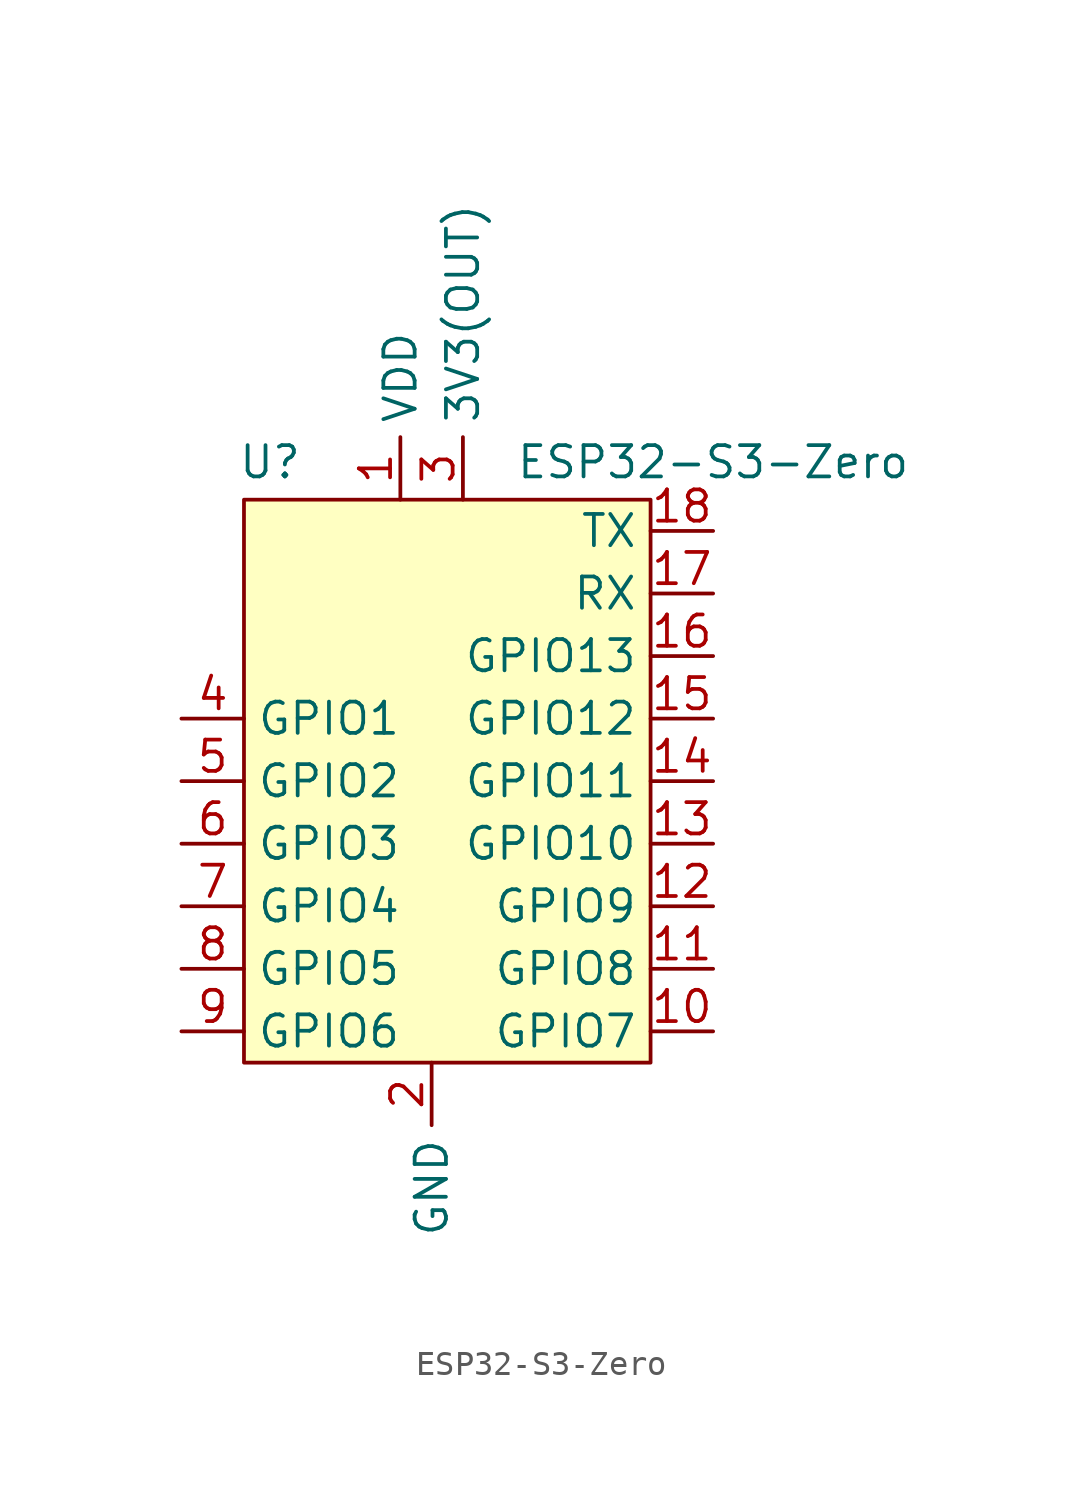
<source format=kicad_sym>
(kicad_symbol_lib
  (version 20231120)
  (generator "kicad_symbol_editor")
  (generator_version "8.0")
  (symbol "ESP32-S3-Zero"
    (property "Reference" "U"
      (at -7.874 12.954 0)
      (effects (font (size 1.27 1.27)) (justify left)))
    (property "Value" "ESP32-S3-Zero"
      (at 11.43 12.954 0)
      (effects (font (size 1.27 1.27))))
    (symbol "ESP32-S3-Zero_1_1"
      (rectangle (start -7.62 11.43) (end 8.89 -11.43) (stroke (width 0) (type default)) (fill (type background)))
      (pin power_in line (at -1.27 11.43 90) (length 2.54) (name "VDD" (effects (font (size 1.27 1.27)))) (number "1" (effects (font (size 1.27 1.27)))))
      (pin bidirectional line (at 11.43 -10.16 180) (length 2.54) (name "GPIO7" (effects (font (size 1.27 1.27)))) (number "10" (effects (font (size 1.27 1.27)))))
      (pin bidirectional line (at 11.43 -7.62 180) (length 2.54) (name "GPIO8" (effects (font (size 1.27 1.27)))) (number "11" (effects (font (size 1.27 1.27)))))
      (pin bidirectional line (at 11.43 -5.08 180) (length 2.54) (name "GPIO9" (effects (font (size 1.27 1.27)))) (number "12" (effects (font (size 1.27 1.27)))))
      (pin bidirectional line (at 11.43 -2.54 180) (length 2.54) (name "GPIO10" (effects (font (size 1.27 1.27)))) (number "13" (effects (font (size 1.27 1.27)))))
      (pin bidirectional line (at 11.43 0 180) (length 2.54) (name "GPIO11" (effects (font (size 1.27 1.27)))) (number "14" (effects (font (size 1.27 1.27)))))
      (pin bidirectional line (at 11.43 2.54 180) (length 2.54) (name "GPIO12" (effects (font (size 1.27 1.27)))) (number "15" (effects (font (size 1.27 1.27)))))
      (pin bidirectional line (at 11.43 5.08 180) (length 2.54) (name "GPIO13" (effects (font (size 1.27 1.27)))) (number "16" (effects (font (size 1.27 1.27)))))
      (pin input line (at 11.43 7.62 180) (length 2.54) (name "RX" (effects (font (size 1.27 1.27)))) (number "17" (effects (font (size 1.27 1.27)))))
      (pin output line (at 11.43 10.16 180) (length 2.54) (name "TX" (effects (font (size 1.27 1.27)))) (number "18" (effects (font (size 1.27 1.27)))))
      (pin power_in line (at 0 -11.43 270) (length 2.54) (name "GND" (effects (font (size 1.27 1.27)))) (number "2" (effects (font (size 1.27 1.27)))))
      (pin power_out line (at 1.27 11.43 90) (length 2.54) (name "3V3(OUT)" (effects (font (size 1.27 1.27)))) (number "3" (effects (font (size 1.27 1.27)))))
      (pin bidirectional line (at -10.16 2.54 0) (length 2.54) (name "GPIO1" (effects (font (size 1.27 1.27)))) (number "4" (effects (font (size 1.27 1.27)))))
      (pin bidirectional line (at -10.16 0 0) (length 2.54) (name "GPIO2" (effects (font (size 1.27 1.27)))) (number "5" (effects (font (size 1.27 1.27)))))
      (pin bidirectional line (at -10.16 -2.54 0) (length 2.54) (name "GPIO3" (effects (font (size 1.27 1.27)))) (number "6" (effects (font (size 1.27 1.27)))))
      (pin bidirectional line (at -10.16 -5.08 0) (length 2.54) (name "GPIO4" (effects (font (size 1.27 1.27)))) (number "7" (effects (font (size 1.27 1.27)))))
      (pin bidirectional line (at -10.16 -7.62 0) (length 2.54) (name "GPIO5" (effects (font (size 1.27 1.27)))) (number "8" (effects (font (size 1.27 1.27)))))
      (pin bidirectional line (at -10.16 -10.16 0) (length 2.54) (name "GPIO6" (effects (font (size 1.27 1.27)))) (number "9" (effects (font (size 1.27 1.27))))))))
</source>
